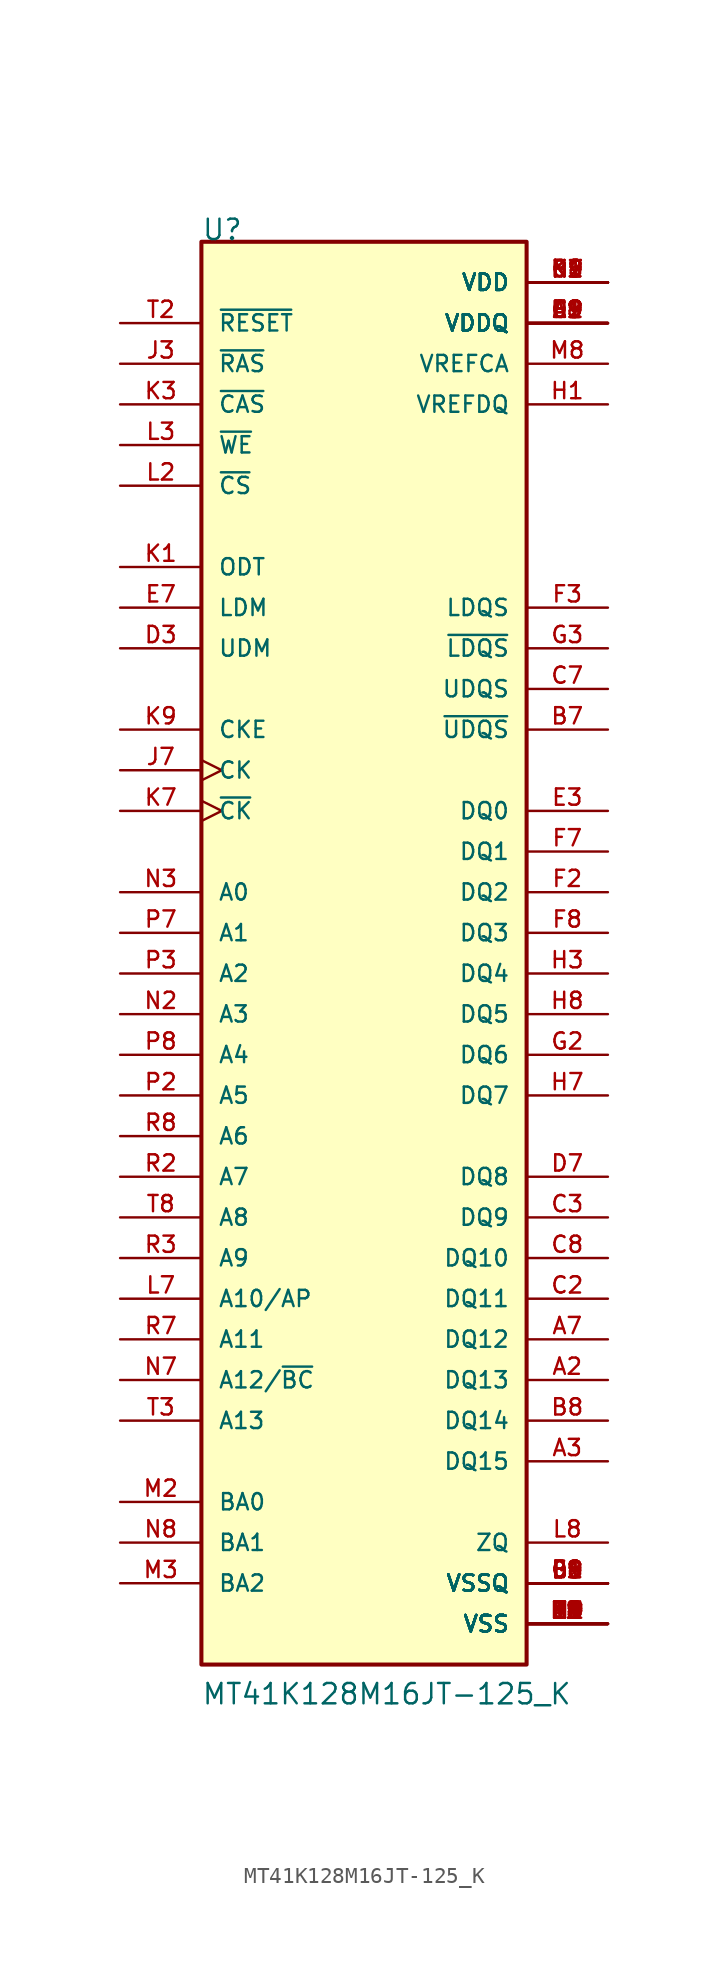
<source format=kicad_sym>
(kicad_symbol_lib
  (version 20211014)
  (generator kicad_symbol_editor)
  (symbol "MT41K128M16JT-125_K"
    (pin_names
      (offset 1.016))
    (property "Reference" "U"
      (at -10.162 48.27 0)
      (effects (font (size 1.27 1.27)) (justify bottom left)))
    (property "Value" "MT41K128M16JT-125_K"
      (at -10.171 -43.225 0)
      (effects (font (size 1.27 1.27)) (justify bottom left)))
    (symbol "MT41K128M16JT-125_K_0_0"
      (rectangle (start -10.16 -40.64) (end 10.16 48.26) (stroke (width 0.254)) (fill (type background)))
      (pin input line (at -15.24 7.62 0) (length 5.08) (name "A0" (effects (font (size 1.016 1.016)))) (number "N3" (effects (font (size 1.016 1.016)))))
      (pin input line (at -15.24 5.08 0) (length 5.08) (name "A1" (effects (font (size 1.016 1.016)))) (number "P7" (effects (font (size 1.016 1.016)))))
      (pin input line (at -15.24 2.54 0) (length 5.08) (name "A2" (effects (font (size 1.016 1.016)))) (number "P3" (effects (font (size 1.016 1.016)))))
      (pin input line (at -15.24 0.0 0) (length 5.08) (name "A3" (effects (font (size 1.016 1.016)))) (number "N2" (effects (font (size 1.016 1.016)))))
      (pin input line (at -15.24 -2.54 0) (length 5.08) (name "A4" (effects (font (size 1.016 1.016)))) (number "P8" (effects (font (size 1.016 1.016)))))
      (pin input line (at -15.24 -5.08 0) (length 5.08) (name "A5" (effects (font (size 1.016 1.016)))) (number "P2" (effects (font (size 1.016 1.016)))))
      (pin input line (at -15.24 -7.62 0) (length 5.08) (name "A6" (effects (font (size 1.016 1.016)))) (number "R8" (effects (font (size 1.016 1.016)))))
      (pin input line (at -15.24 -10.16 0) (length 5.08) (name "A7" (effects (font (size 1.016 1.016)))) (number "R2" (effects (font (size 1.016 1.016)))))
      (pin input line (at -15.24 -12.7 0) (length 5.08) (name "A8" (effects (font (size 1.016 1.016)))) (number "T8" (effects (font (size 1.016 1.016)))))
      (pin input line (at -15.24 -15.24 0) (length 5.08) (name "A9" (effects (font (size 1.016 1.016)))) (number "R3" (effects (font (size 1.016 1.016)))))
      (pin input line (at -15.24 -17.78 0) (length 5.08) (name "A10/AP" (effects (font (size 1.016 1.016)))) (number "L7" (effects (font (size 1.016 1.016)))))
      (pin input line (at -15.24 -20.32 0) (length 5.08) (name "A11" (effects (font (size 1.016 1.016)))) (number "R7" (effects (font (size 1.016 1.016)))))
      (pin input line (at -15.24 -22.86 0) (length 5.08) (name "A12/~{BC}" (effects (font (size 1.016 1.016)))) (number "N7" (effects (font (size 1.016 1.016)))))
      (pin input line (at -15.24 -25.4 0) (length 5.08) (name "A13" (effects (font (size 1.016 1.016)))) (number "T3" (effects (font (size 1.016 1.016)))))
      (pin input line (at -15.24 -30.48 0) (length 5.08) (name "BA0" (effects (font (size 1.016 1.016)))) (number "M2" (effects (font (size 1.016 1.016)))))
      (pin input line (at -15.24 -33.02 0) (length 5.08) (name "BA1" (effects (font (size 1.016 1.016)))) (number "N8" (effects (font (size 1.016 1.016)))))
      (pin input line (at -15.24 -35.56 0) (length 5.08) (name "BA2" (effects (font (size 1.016 1.016)))) (number "M3" (effects (font (size 1.016 1.016)))))
      (pin input clock (at -15.24 15.24 0) (length 5.08) (name "CK" (effects (font (size 1.016 1.016)))) (number "J7" (effects (font (size 1.016 1.016)))))
      (pin input clock (at -15.24 12.7 0) (length 5.08) (name "~{CK}" (effects (font (size 1.016 1.016)))) (number "K7" (effects (font (size 1.016 1.016)))))
      (pin input line (at -15.24 17.78 0) (length 5.08) (name "CKE" (effects (font (size 1.016 1.016)))) (number "K9" (effects (font (size 1.016 1.016)))))
      (pin input line (at -15.24 33.02 0) (length 5.08) (name "~{CS}" (effects (font (size 1.016 1.016)))) (number "L2" (effects (font (size 1.016 1.016)))))
      (pin input line (at -15.24 25.4 0) (length 5.08) (name "LDM" (effects (font (size 1.016 1.016)))) (number "E7" (effects (font (size 1.016 1.016)))))
      (pin input line (at -15.24 27.94 0) (length 5.08) (name "ODT" (effects (font (size 1.016 1.016)))) (number "K1" (effects (font (size 1.016 1.016)))))
      (pin input line (at -15.24 35.56 0) (length 5.08) (name "~{WE}" (effects (font (size 1.016 1.016)))) (number "L3" (effects (font (size 1.016 1.016)))))
      (pin input line (at -15.24 38.1 0) (length 5.08) (name "~{CAS}" (effects (font (size 1.016 1.016)))) (number "K3" (effects (font (size 1.016 1.016)))))
      (pin input line (at -15.24 40.64 0) (length 5.08) (name "~{RAS}" (effects (font (size 1.016 1.016)))) (number "J3" (effects (font (size 1.016 1.016)))))
      (pin input line (at -15.24 43.18 0) (length 5.08) (name "~{RESET}" (effects (font (size 1.016 1.016)))) (number "T2" (effects (font (size 1.016 1.016)))))
      (pin input line (at -15.24 22.86 0) (length 5.08) (name "UDM" (effects (font (size 1.016 1.016)))) (number "D3" (effects (font (size 1.016 1.016)))))
      (pin bidirectional line (at 15.24 12.7 180.0) (length 5.08) (name "DQ0" (effects (font (size 1.016 1.016)))) (number "E3" (effects (font (size 1.016 1.016)))))
      (pin bidirectional line (at 15.24 10.16 180.0) (length 5.08) (name "DQ1" (effects (font (size 1.016 1.016)))) (number "F7" (effects (font (size 1.016 1.016)))))
      (pin bidirectional line (at 15.24 7.62 180.0) (length 5.08) (name "DQ2" (effects (font (size 1.016 1.016)))) (number "F2" (effects (font (size 1.016 1.016)))))
      (pin bidirectional line (at 15.24 5.08 180.0) (length 5.08) (name "DQ3" (effects (font (size 1.016 1.016)))) (number "F8" (effects (font (size 1.016 1.016)))))
      (pin bidirectional line (at 15.24 2.54 180.0) (length 5.08) (name "DQ4" (effects (font (size 1.016 1.016)))) (number "H3" (effects (font (size 1.016 1.016)))))
      (pin bidirectional line (at 15.24 0.0 180.0) (length 5.08) (name "DQ5" (effects (font (size 1.016 1.016)))) (number "H8" (effects (font (size 1.016 1.016)))))
      (pin bidirectional line (at 15.24 -2.54 180.0) (length 5.08) (name "DQ6" (effects (font (size 1.016 1.016)))) (number "G2" (effects (font (size 1.016 1.016)))))
      (pin bidirectional line (at 15.24 -5.08 180.0) (length 5.08) (name "DQ7" (effects (font (size 1.016 1.016)))) (number "H7" (effects (font (size 1.016 1.016)))))
      (pin bidirectional line (at 15.24 -10.16 180.0) (length 5.08) (name "DQ8" (effects (font (size 1.016 1.016)))) (number "D7" (effects (font (size 1.016 1.016)))))
      (pin bidirectional line (at 15.24 -12.7 180.0) (length 5.08) (name "DQ9" (effects (font (size 1.016 1.016)))) (number "C3" (effects (font (size 1.016 1.016)))))
      (pin bidirectional line (at 15.24 -15.24 180.0) (length 5.08) (name "DQ10" (effects (font (size 1.016 1.016)))) (number "C8" (effects (font (size 1.016 1.016)))))
      (pin bidirectional line (at 15.24 -17.78 180.0) (length 5.08) (name "DQ11" (effects (font (size 1.016 1.016)))) (number "C2" (effects (font (size 1.016 1.016)))))
      (pin bidirectional line (at 15.24 -20.32 180.0) (length 5.08) (name "DQ12" (effects (font (size 1.016 1.016)))) (number "A7" (effects (font (size 1.016 1.016)))))
      (pin bidirectional line (at 15.24 -22.86 180.0) (length 5.08) (name "DQ13" (effects (font (size 1.016 1.016)))) (number "A2" (effects (font (size 1.016 1.016)))))
      (pin bidirectional line (at 15.24 -25.4 180.0) (length 5.08) (name "DQ14" (effects (font (size 1.016 1.016)))) (number "B8" (effects (font (size 1.016 1.016)))))
      (pin bidirectional line (at 15.24 -27.94 180.0) (length 5.08) (name "DQ15" (effects (font (size 1.016 1.016)))) (number "A3" (effects (font (size 1.016 1.016)))))
      (pin bidirectional line (at 15.24 25.4 180.0) (length 5.08) (name "LDQS" (effects (font (size 1.016 1.016)))) (number "F3" (effects (font (size 1.016 1.016)))))
      (pin bidirectional line (at 15.24 22.86 180.0) (length 5.08) (name "~{LDQS}" (effects (font (size 1.016 1.016)))) (number "G3" (effects (font (size 1.016 1.016)))))
      (pin bidirectional line (at 15.24 20.32 180.0) (length 5.08) (name "UDQS" (effects (font (size 1.016 1.016)))) (number "C7" (effects (font (size 1.016 1.016)))))
      (pin bidirectional line (at 15.24 17.78 180.0) (length 5.08) (name "~{UDQS}" (effects (font (size 1.016 1.016)))) (number "B7" (effects (font (size 1.016 1.016)))))
      (pin power_in line (at 15.24 45.72 180.0) (length 5.08) (name "VDD" (effects (font (size 1.016 1.016)))) (number "B2" (effects (font (size 1.016 1.016)))))
      (pin power_in line (at 15.24 45.72 180.0) (length 5.08) (name "VDD" (effects (font (size 1.016 1.016)))) (number "D9" (effects (font (size 1.016 1.016)))))
      (pin power_in line (at 15.24 45.72 180.0) (length 5.08) (name "VDD" (effects (font (size 1.016 1.016)))) (number "G7" (effects (font (size 1.016 1.016)))))
      (pin power_in line (at 15.24 45.72 180.0) (length 5.08) (name "VDD" (effects (font (size 1.016 1.016)))) (number "K2" (effects (font (size 1.016 1.016)))))
      (pin power_in line (at 15.24 45.72 180.0) (length 5.08) (name "VDD" (effects (font (size 1.016 1.016)))) (number "K8" (effects (font (size 1.016 1.016)))))
      (pin power_in line (at 15.24 45.72 180.0) (length 5.08) (name "VDD" (effects (font (size 1.016 1.016)))) (number "N1" (effects (font (size 1.016 1.016)))))
      (pin power_in line (at 15.24 45.72 180.0) (length 5.08) (name "VDD" (effects (font (size 1.016 1.016)))) (number "N9" (effects (font (size 1.016 1.016)))))
      (pin power_in line (at 15.24 45.72 180.0) (length 5.08) (name "VDD" (effects (font (size 1.016 1.016)))) (number "R1" (effects (font (size 1.016 1.016)))))
      (pin power_in line (at 15.24 45.72 180.0) (length 5.08) (name "VDD" (effects (font (size 1.016 1.016)))) (number "R9" (effects (font (size 1.016 1.016)))))
      (pin power_in line (at 15.24 43.18 180.0) (length 5.08) (name "VDDQ" (effects (font (size 1.016 1.016)))) (number "A1" (effects (font (size 1.016 1.016)))))
      (pin power_in line (at 15.24 43.18 180.0) (length 5.08) (name "VDDQ" (effects (font (size 1.016 1.016)))) (number "A8" (effects (font (size 1.016 1.016)))))
      (pin power_in line (at 15.24 43.18 180.0) (length 5.08) (name "VDDQ" (effects (font (size 1.016 1.016)))) (number "C1" (effects (font (size 1.016 1.016)))))
      (pin power_in line (at 15.24 43.18 180.0) (length 5.08) (name "VDDQ" (effects (font (size 1.016 1.016)))) (number "C9" (effects (font (size 1.016 1.016)))))
      (pin power_in line (at 15.24 43.18 180.0) (length 5.08) (name "VDDQ" (effects (font (size 1.016 1.016)))) (number "D2" (effects (font (size 1.016 1.016)))))
      (pin power_in line (at 15.24 43.18 180.0) (length 5.08) (name "VDDQ" (effects (font (size 1.016 1.016)))) (number "E9" (effects (font (size 1.016 1.016)))))
      (pin power_in line (at 15.24 43.18 180.0) (length 5.08) (name "VDDQ" (effects (font (size 1.016 1.016)))) (number "F1" (effects (font (size 1.016 1.016)))))
      (pin power_in line (at 15.24 43.18 180.0) (length 5.08) (name "VDDQ" (effects (font (size 1.016 1.016)))) (number "H2" (effects (font (size 1.016 1.016)))))
      (pin power_in line (at 15.24 43.18 180.0) (length 5.08) (name "VDDQ" (effects (font (size 1.016 1.016)))) (number "H9" (effects (font (size 1.016 1.016)))))
      (pin power_in line (at 15.24 40.64 180.0) (length 5.08) (name "VREFCA" (effects (font (size 1.016 1.016)))) (number "M8" (effects (font (size 1.016 1.016)))))
      (pin power_in line (at 15.24 38.1 180.0) (length 5.08) (name "VREFDQ" (effects (font (size 1.016 1.016)))) (number "H1" (effects (font (size 1.016 1.016)))))
      (pin passive line (at 15.24 -35.56 180.0) (length 5.08) (name "VSSQ" (effects (font (size 1.016 1.016)))) (number "B1" (effects (font (size 1.016 1.016)))))
      (pin passive line (at 15.24 -35.56 180.0) (length 5.08) (name "VSSQ" (effects (font (size 1.016 1.016)))) (number "B9" (effects (font (size 1.016 1.016)))))
      (pin passive line (at 15.24 -35.56 180.0) (length 5.08) (name "VSSQ" (effects (font (size 1.016 1.016)))) (number "D1" (effects (font (size 1.016 1.016)))))
      (pin passive line (at 15.24 -35.56 180.0) (length 5.08) (name "VSSQ" (effects (font (size 1.016 1.016)))) (number "D8" (effects (font (size 1.016 1.016)))))
      (pin passive line (at 15.24 -35.56 180.0) (length 5.08) (name "VSSQ" (effects (font (size 1.016 1.016)))) (number "E2" (effects (font (size 1.016 1.016)))))
      (pin passive line (at 15.24 -35.56 180.0) (length 5.08) (name "VSSQ" (effects (font (size 1.016 1.016)))) (number "E8" (effects (font (size 1.016 1.016)))))
      (pin passive line (at 15.24 -35.56 180.0) (length 5.08) (name "VSSQ" (effects (font (size 1.016 1.016)))) (number "F9" (effects (font (size 1.016 1.016)))))
      (pin passive line (at 15.24 -35.56 180.0) (length 5.08) (name "VSSQ" (effects (font (size 1.016 1.016)))) (number "G1" (effects (font (size 1.016 1.016)))))
      (pin passive line (at 15.24 -35.56 180.0) (length 5.08) (name "VSSQ" (effects (font (size 1.016 1.016)))) (number "G9" (effects (font (size 1.016 1.016)))))
      (pin passive line (at 15.24 -38.1 180.0) (length 5.08) (name "VSS" (effects (font (size 1.016 1.016)))) (number "A9" (effects (font (size 1.016 1.016)))))
      (pin passive line (at 15.24 -38.1 180.0) (length 5.08) (name "VSS" (effects (font (size 1.016 1.016)))) (number "B3" (effects (font (size 1.016 1.016)))))
      (pin passive line (at 15.24 -38.1 180.0) (length 5.08) (name "VSS" (effects (font (size 1.016 1.016)))) (number "E1" (effects (font (size 1.016 1.016)))))
      (pin passive line (at 15.24 -38.1 180.0) (length 5.08) (name "VSS" (effects (font (size 1.016 1.016)))) (number "G8" (effects (font (size 1.016 1.016)))))
      (pin passive line (at 15.24 -38.1 180.0) (length 5.08) (name "VSS" (effects (font (size 1.016 1.016)))) (number "J2" (effects (font (size 1.016 1.016)))))
      (pin passive line (at 15.24 -38.1 180.0) (length 5.08) (name "VSS" (effects (font (size 1.016 1.016)))) (number "J8" (effects (font (size 1.016 1.016)))))
      (pin passive line (at 15.24 -38.1 180.0) (length 5.08) (name "VSS" (effects (font (size 1.016 1.016)))) (number "M1" (effects (font (size 1.016 1.016)))))
      (pin passive line (at 15.24 -38.1 180.0) (length 5.08) (name "VSS" (effects (font (size 1.016 1.016)))) (number "M9" (effects (font (size 1.016 1.016)))))
      (pin passive line (at 15.24 -38.1 180.0) (length 5.08) (name "VSS" (effects (font (size 1.016 1.016)))) (number "P1" (effects (font (size 1.016 1.016)))))
      (pin passive line (at 15.24 -38.1 180.0) (length 5.08) (name "VSS" (effects (font (size 1.016 1.016)))) (number "P9" (effects (font (size 1.016 1.016)))))
      (pin passive line (at 15.24 -38.1 180.0) (length 5.08) (name "VSS" (effects (font (size 1.016 1.016)))) (number "T1" (effects (font (size 1.016 1.016)))))
      (pin passive line (at 15.24 -38.1 180.0) (length 5.08) (name "VSS" (effects (font (size 1.016 1.016)))) (number "T9" (effects (font (size 1.016 1.016)))))
      (pin passive line (at 15.24 -33.02 180.0) (length 5.08) (name "ZQ" (effects (font (size 1.016 1.016)))) (number "L8" (effects (font (size 1.016 1.016))))))))
</source>
